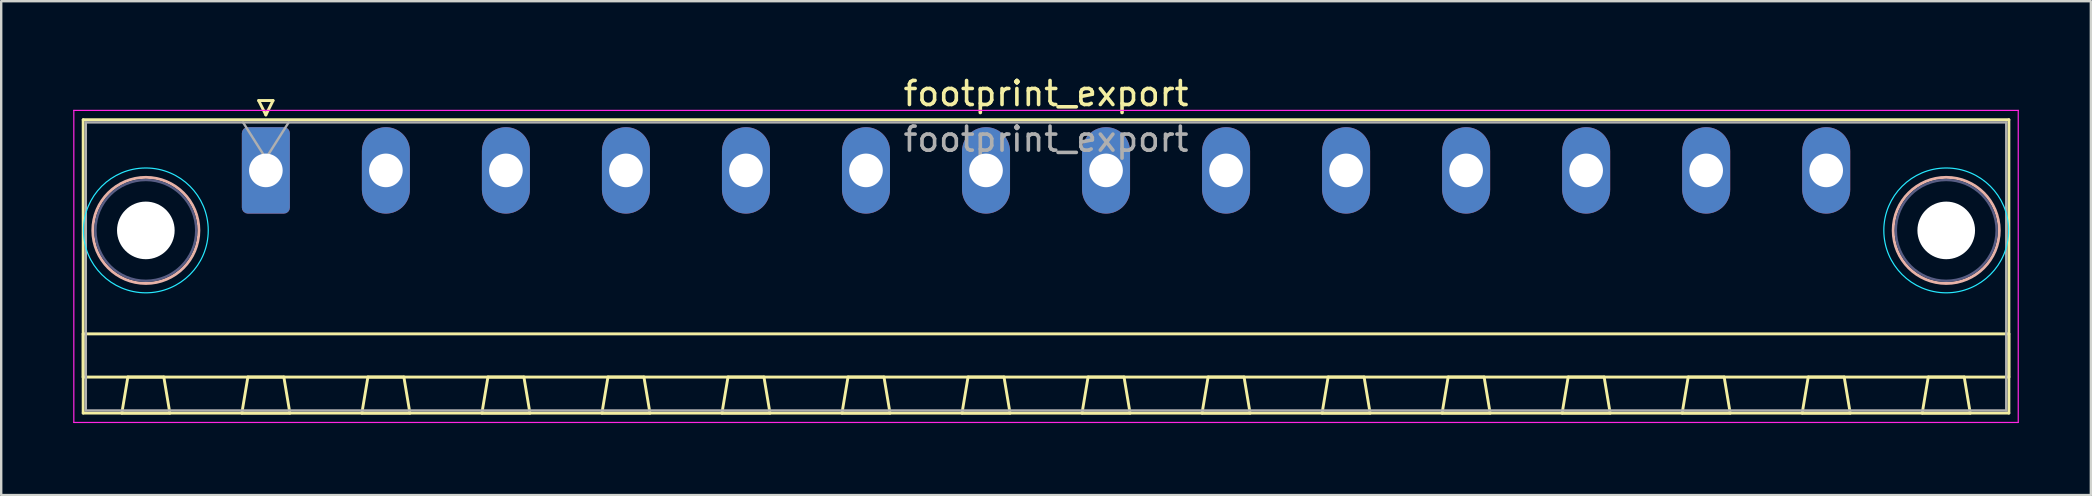
<source format=kicad_pcb>
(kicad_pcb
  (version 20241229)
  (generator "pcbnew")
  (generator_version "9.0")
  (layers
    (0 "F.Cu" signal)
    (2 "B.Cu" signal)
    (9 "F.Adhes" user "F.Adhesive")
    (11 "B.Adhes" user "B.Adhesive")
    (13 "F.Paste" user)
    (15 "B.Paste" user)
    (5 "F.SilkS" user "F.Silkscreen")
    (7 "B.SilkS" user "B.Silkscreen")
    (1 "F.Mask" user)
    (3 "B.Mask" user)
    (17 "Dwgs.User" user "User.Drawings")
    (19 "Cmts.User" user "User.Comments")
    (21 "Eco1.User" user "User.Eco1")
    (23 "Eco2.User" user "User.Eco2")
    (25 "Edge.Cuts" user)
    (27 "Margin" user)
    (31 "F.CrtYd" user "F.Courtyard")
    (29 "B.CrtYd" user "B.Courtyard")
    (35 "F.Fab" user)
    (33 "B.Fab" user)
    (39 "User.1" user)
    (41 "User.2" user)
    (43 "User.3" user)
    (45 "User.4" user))
  (footprint "footprint_export"
    (layer "F.Cu")
    (at 8.025 4.048)
    (property "Reference" "footprint_export" (at 32.5 -3.2 0) (layer "F.SilkS") (effects (font (size 1 1) (thickness 0.15))))
    (attr through_hole)
    (fp_line (start -7.61 -2.11) (end -7.61 10.11) (stroke (width 0.12) (type solid)) (layer "F.SilkS"))
    (fp_line (start -7.61 6.81) (end 72.61 6.81) (stroke (width 0.12) (type solid)) (layer "F.SilkS"))
    (fp_line (start -7.61 8.61) (end -7.61 6.81) (stroke (width 0.12) (type solid)) (layer "F.SilkS"))
    (fp_line (start -7.61 10.11) (end 72.61 10.11) (stroke (width 0.12) (type solid)) (layer "F.SilkS"))
    (fp_line (start -6 10.11) (end -4 10.11) (stroke (width 0.12) (type solid)) (layer "F.SilkS"))
    (fp_line (start -5.75 8.61) (end -6 10.11) (stroke (width 0.12) (type solid)) (layer "F.SilkS"))
    (fp_line (start -4.25 8.61) (end -5.75 8.61) (stroke (width 0.12) (type solid)) (layer "F.SilkS"))
    (fp_line (start -4 10.11) (end -4.25 8.61) (stroke (width 0.12) (type solid)) (layer "F.SilkS"))
    (fp_line (start -1 10.11) (end 1 10.11) (stroke (width 0.12) (type solid)) (layer "F.SilkS"))
    (fp_line (start -0.75 8.61) (end -1 10.11) (stroke (width 0.12) (type solid)) (layer "F.SilkS"))
    (fp_line (start -0.3 -2.91) (end 0.3 -2.91) (stroke (width 0.12) (type solid)) (layer "F.SilkS"))
    (fp_line (start 0 -2.31) (end -0.3 -2.91) (stroke (width 0.12) (type solid)) (layer "F.SilkS"))
    (fp_line (start 0.3 -2.91) (end 0 -2.31) (stroke (width 0.12) (type solid)) (layer "F.SilkS"))
    (fp_line (start 0.75 8.61) (end -0.75 8.61) (stroke (width 0.12) (type solid)) (layer "F.SilkS"))
    (fp_line (start 1 10.11) (end 0.75 8.61) (stroke (width 0.12) (type solid)) (layer "F.SilkS"))
    (fp_line (start 4 10.11) (end 6 10.11) (stroke (width 0.12) (type solid)) (layer "F.SilkS"))
    (fp_line (start 4.25 8.61) (end 4 10.11) (stroke (width 0.12) (type solid)) (layer "F.SilkS"))
    (fp_line (start 5.75 8.61) (end 4.25 8.61) (stroke (width 0.12) (type solid)) (layer "F.SilkS"))
    (fp_line (start 6 10.11) (end 5.75 8.61) (stroke (width 0.12) (type solid)) (layer "F.SilkS"))
    (fp_line (start 9 10.11) (end 11 10.11) (stroke (width 0.12) (type solid)) (layer "F.SilkS"))
    (fp_line (start 9.25 8.61) (end 9 10.11) (stroke (width 0.12) (type solid)) (layer "F.SilkS"))
    (fp_line (start 10.75 8.61) (end 9.25 8.61) (stroke (width 0.12) (type solid)) (layer "F.SilkS"))
    (fp_line (start 11 10.11) (end 10.75 8.61) (stroke (width 0.12) (type solid)) (layer "F.SilkS"))
    (fp_line (start 14 10.11) (end 16 10.11) (stroke (width 0.12) (type solid)) (layer "F.SilkS"))
    (fp_line (start 14.25 8.61) (end 14 10.11) (stroke (width 0.12) (type solid)) (layer "F.SilkS"))
    (fp_line (start 15.75 8.61) (end 14.25 8.61) (stroke (width 0.12) (type solid)) (layer "F.SilkS"))
    (fp_line (start 16 10.11) (end 15.75 8.61) (stroke (width 0.12) (type solid)) (layer "F.SilkS"))
    (fp_line (start 19 10.11) (end 21 10.11) (stroke (width 0.12) (type solid)) (layer "F.SilkS"))
    (fp_line (start 19.25 8.61) (end 19 10.11) (stroke (width 0.12) (type solid)) (layer "F.SilkS"))
    (fp_line (start 20.75 8.61) (end 19.25 8.61) (stroke (width 0.12) (type solid)) (layer "F.SilkS"))
    (fp_line (start 21 10.11) (end 20.75 8.61) (stroke (width 0.12) (type solid)) (layer "F.SilkS"))
    (fp_line (start 24 10.11) (end 26 10.11) (stroke (width 0.12) (type solid)) (layer "F.SilkS"))
    (fp_line (start 24.25 8.61) (end 24 10.11) (stroke (width 0.12) (type solid)) (layer "F.SilkS"))
    (fp_line (start 25.75 8.61) (end 24.25 8.61) (stroke (width 0.12) (type solid)) (layer "F.SilkS"))
    (fp_line (start 26 10.11) (end 25.75 8.61) (stroke (width 0.12) (type solid)) (layer "F.SilkS"))
    (fp_line (start 29 10.11) (end 31 10.11) (stroke (width 0.12) (type solid)) (layer "F.SilkS"))
    (fp_line (start 29.25 8.61) (end 29 10.11) (stroke (width 0.12) (type solid)) (layer "F.SilkS"))
    (fp_line (start 30.75 8.61) (end 29.25 8.61) (stroke (width 0.12) (type solid)) (layer "F.SilkS"))
    (fp_line (start 31 10.11) (end 30.75 8.61) (stroke (width 0.12) (type solid)) (layer "F.SilkS"))
    (fp_line (start 34 10.11) (end 36 10.11) (stroke (width 0.12) (type solid)) (layer "F.SilkS"))
    (fp_line (start 34.25 8.61) (end 34 10.11) (stroke (width 0.12) (type solid)) (layer "F.SilkS"))
    (fp_line (start 35.75 8.61) (end 34.25 8.61) (stroke (width 0.12) (type solid)) (layer "F.SilkS"))
    (fp_line (start 36 10.11) (end 35.75 8.61) (stroke (width 0.12) (type solid)) (layer "F.SilkS"))
    (fp_line (start 39 10.11) (end 41 10.11) (stroke (width 0.12) (type solid)) (layer "F.SilkS"))
    (fp_line (start 39.25 8.61) (end 39 10.11) (stroke (width 0.12) (type solid)) (layer "F.SilkS"))
    (fp_line (start 40.75 8.61) (end 39.25 8.61) (stroke (width 0.12) (type solid)) (layer "F.SilkS"))
    (fp_line (start 41 10.11) (end 40.75 8.61) (stroke (width 0.12) (type solid)) (layer "F.SilkS"))
    (fp_line (start 44 10.11) (end 46 10.11) (stroke (width 0.12) (type solid)) (layer "F.SilkS"))
    (fp_line (start 44.25 8.61) (end 44 10.11) (stroke (width 0.12) (type solid)) (layer "F.SilkS"))
    (fp_line (start 45.75 8.61) (end 44.25 8.61) (stroke (width 0.12) (type solid)) (layer "F.SilkS"))
    (fp_line (start 46 10.11) (end 45.75 8.61) (stroke (width 0.12) (type solid)) (layer "F.SilkS"))
    (fp_line (start 49 10.11) (end 51 10.11) (stroke (width 0.12) (type solid)) (layer "F.SilkS"))
    (fp_line (start 49.25 8.61) (end 49 10.11) (stroke (width 0.12) (type solid)) (layer "F.SilkS"))
    (fp_line (start 50.75 8.61) (end 49.25 8.61) (stroke (width 0.12) (type solid)) (layer "F.SilkS"))
    (fp_line (start 51 10.11) (end 50.75 8.61) (stroke (width 0.12) (type solid)) (layer "F.SilkS"))
    (fp_line (start 54 10.11) (end 56 10.11) (stroke (width 0.12) (type solid)) (layer "F.SilkS"))
    (fp_line (start 54.25 8.61) (end 54 10.11) (stroke (width 0.12) (type solid)) (layer "F.SilkS"))
    (fp_line (start 55.75 8.61) (end 54.25 8.61) (stroke (width 0.12) (type solid)) (layer "F.SilkS"))
    (fp_line (start 56 10.11) (end 55.75 8.61) (stroke (width 0.12) (type solid)) (layer "F.SilkS"))
    (fp_line (start 59 10.11) (end 61 10.11) (stroke (width 0.12) (type solid)) (layer "F.SilkS"))
    (fp_line (start 59.25 8.61) (end 59 10.11) (stroke (width 0.12) (type solid)) (layer "F.SilkS"))
    (fp_line (start 60.75 8.61) (end 59.25 8.61) (stroke (width 0.12) (type solid)) (layer "F.SilkS"))
    (fp_line (start 61 10.11) (end 60.75 8.61) (stroke (width 0.12) (type solid)) (layer "F.SilkS"))
    (fp_line (start 64 10.11) (end 66 10.11) (stroke (width 0.12) (type solid)) (layer "F.SilkS"))
    (fp_line (start 64.25 8.61) (end 64 10.11) (stroke (width 0.12) (type solid)) (layer "F.SilkS"))
    (fp_line (start 65.75 8.61) (end 64.25 8.61) (stroke (width 0.12) (type solid)) (layer "F.SilkS"))
    (fp_line (start 66 10.11) (end 65.75 8.61) (stroke (width 0.12) (type solid)) (layer "F.SilkS"))
    (fp_line (start 69 10.11) (end 71 10.11) (stroke (width 0.12) (type solid)) (layer "F.SilkS"))
    (fp_line (start 69.25 8.61) (end 69 10.11) (stroke (width 0.12) (type solid)) (layer "F.SilkS"))
    (fp_line (start 70.75 8.61) (end 69.25 8.61) (stroke (width 0.12) (type solid)) (layer "F.SilkS"))
    (fp_line (start 71 10.11) (end 70.75 8.61) (stroke (width 0.12) (type solid)) (layer "F.SilkS"))
    (fp_line (start 72.61 -2.11) (end -7.61 -2.11) (stroke (width 0.12) (type solid)) (layer "F.SilkS"))
    (fp_line (start 72.61 6.81) (end 72.61 8.61) (stroke (width 0.12) (type solid)) (layer "F.SilkS"))
    (fp_line (start 72.61 8.61) (end -7.61 8.61) (stroke (width 0.12) (type solid)) (layer "F.SilkS"))
    (fp_line (start 72.61 10.11) (end 72.61 -2.11) (stroke (width 0.12) (type solid)) (layer "F.SilkS"))
    (fp_circle (center -5 2.5) (end -2.79 2.5) (stroke (width 0.12) (type solid)) (fill no) (layer "B.SilkS"))
    (fp_circle (center 70 2.5) (end 72.21 2.5) (stroke (width 0.12) (type solid)) (fill no) (layer "B.SilkS"))
    (fp_circle (center -5 2.5) (end -2.4 2.5) (stroke (width 0.05) (type solid)) (fill no) (layer "B.CrtYd"))
    (fp_circle (center 70 2.5) (end 72.6 2.5) (stroke (width 0.05) (type solid)) (fill no) (layer "B.CrtYd"))
    (fp_line (start -8 -2.5) (end -8 10.5) (stroke (width 0.05) (type solid)) (layer "F.CrtYd"))
    (fp_line (start -8 10.5) (end 73 10.5) (stroke (width 0.05) (type solid)) (layer "F.CrtYd"))
    (fp_line (start 73 -2.5) (end -8 -2.5) (stroke (width 0.05) (type solid)) (layer "F.CrtYd"))
    (fp_line (start 73 10.5) (end 73 -2.5) (stroke (width 0.05) (type solid)) (layer "F.CrtYd"))
    (fp_circle (center -5 2.5) (end -2.9 2.5) (stroke (width 0.1) (type solid)) (fill no) (layer "B.Fab"))
    (fp_circle (center 70 2.5) (end 72.1 2.5) (stroke (width 0.1) (type solid)) (fill no) (layer "B.Fab"))
    (fp_line (start -7.5 -2) (end -7.5 10) (stroke (width 0.1) (type solid)) (layer "F.Fab"))
    (fp_line (start -7.5 10) (end 72.5 10) (stroke (width 0.1) (type solid)) (layer "F.Fab"))
    (fp_line (start 0 -0.5) (end -0.95 -2) (stroke (width 0.1) (type solid)) (layer "F.Fab"))
    (fp_line (start 0.95 -2) (end 0 -0.5) (stroke (width 0.1) (type solid)) (layer "F.Fab"))
    (fp_line (start 72.5 -2) (end -7.5 -2) (stroke (width 0.1) (type solid)) (layer "F.Fab"))
    (fp_line (start 72.5 10) (end 72.5 -2) (stroke (width 0.1) (type solid)) (layer "F.Fab"))
    (fp_text user "${REFERENCE}" (at 32.5 -1.3 0) (layer "F.Fab") (effects (font (size 1 1) (thickness 0.15))))
    (pad "" np_thru_hole circle (at -5 2.5) (size 2.4 2.4) (drill 2.4) (layers "*.Cu" "*.Mask"))
    (pad "" np_thru_hole circle (at 70 2.5) (size 2.4 2.4) (drill 2.4) (layers "*.Cu" "*.Mask"))
    (pad "1" thru_hole roundrect (at 0 0) (size 2 3.6) (drill 1.4) (layers "*.Cu" "*.Mask") (roundrect_rratio 0.125))
    (pad "2" thru_hole oval (at 5 0) (size 2 3.6) (drill 1.4) (layers "*.Cu" "*.Mask"))
    (pad "3" thru_hole oval (at 10 0) (size 2 3.6) (drill 1.4) (layers "*.Cu" "*.Mask"))
    (pad "4" thru_hole oval (at 15 0) (size 2 3.6) (drill 1.4) (layers "*.Cu" "*.Mask"))
    (pad "5" thru_hole oval (at 20 0) (size 2 3.6) (drill 1.4) (layers "*.Cu" "*.Mask"))
    (pad "6" thru_hole oval (at 25 0) (size 2 3.6) (drill 1.4) (layers "*.Cu" "*.Mask"))
    (pad "7" thru_hole oval (at 30 0) (size 2 3.6) (drill 1.4) (layers "*.Cu" "*.Mask"))
    (pad "8" thru_hole oval (at 35 0) (size 2 3.6) (drill 1.4) (layers "*.Cu" "*.Mask"))
    (pad "9" thru_hole oval (at 40 0) (size 2 3.6) (drill 1.4) (layers "*.Cu" "*.Mask"))
    (pad "10" thru_hole oval (at 45 0) (size 2 3.6) (drill 1.4) (layers "*.Cu" "*.Mask"))
    (pad "11" thru_hole oval (at 50 0) (size 2 3.6) (drill 1.4) (layers "*.Cu" "*.Mask"))
    (pad "12" thru_hole oval (at 55 0) (size 2 3.6) (drill 1.4) (layers "*.Cu" "*.Mask"))
    (pad "13" thru_hole oval (at 60 0) (size 2 3.6) (drill 1.4) (layers "*.Cu" "*.Mask"))
    (pad "14" thru_hole oval (at 65 0) (size 2 3.6) (drill 1.4) (layers "*.Cu" "*.Mask")))
  (gr_rect
    (start -3 -3)
    (end 84.05 17.573)
    (stroke (width 0.1) (type default))
    (fill no)
    (layer "Edge.Cuts")))
</source>
